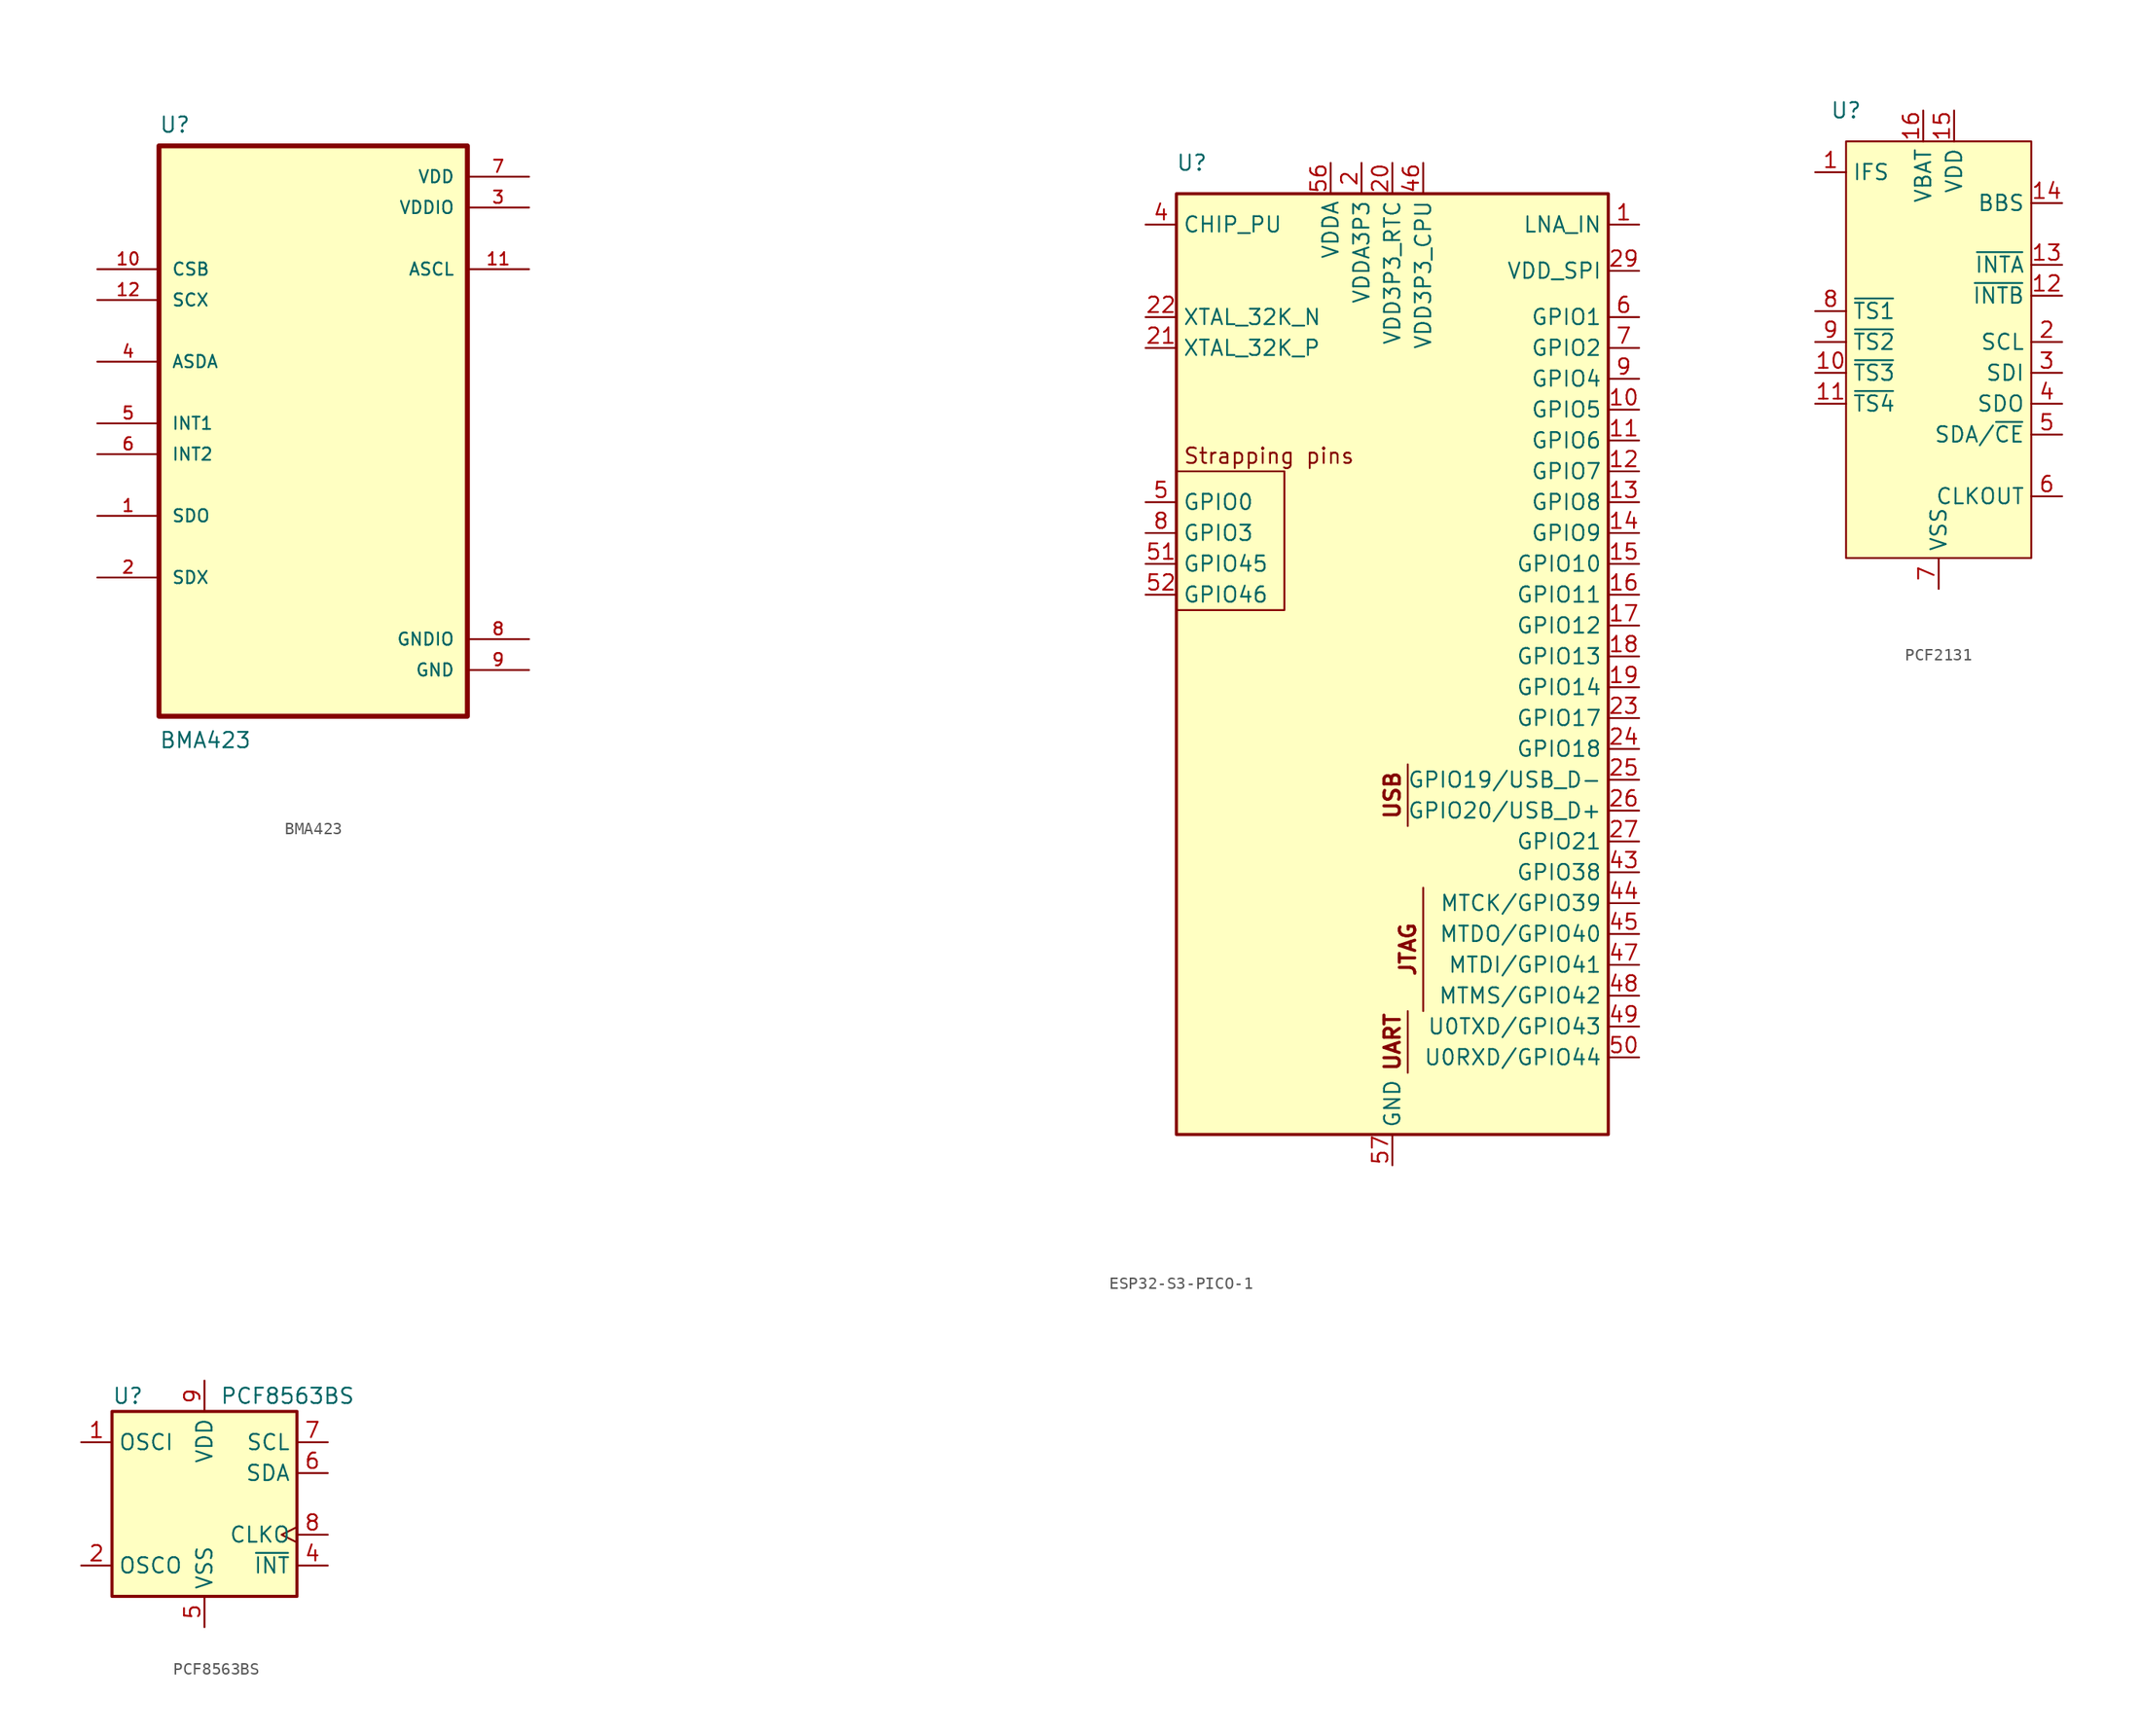
<source format=kicad_sym>
(kicad_symbol_lib
  (version 20220914)
  (generator kicad_symbol_editor)
  (symbol "BMA423"
    (pin_names
      (offset 1.016))
    (property "Reference" "U"
      (at -12.7 23.851 0)
      (effects (font (size 1.27 1.27)) (justify left bottom)))
    (property "Value" "BMA423"
      (at -12.7 -26.848 0)
      (effects (font (size 1.27 1.27)) (justify left bottom)))
    (property "ki_locked" ""
      (at 0 0 0)
      (effects (font (size 1.27 1.27))))
    (symbol "BMA423_0_0"
      (rectangle (start -12.7 22.86) (end 12.7 -24.13) (stroke (width 0.406) (type solid)) (fill (type background)))
      (pin bidirectional line (at -17.78 -7.62 0) (length 5.08) (name "SDO" (effects (font (size 1.016 1.016)))) (number "1" (effects (font (size 1.016 1.016)))))
      (pin input line (at -17.78 12.7 0) (length 5.08) (name "CSB" (effects (font (size 1.016 1.016)))) (number "10" (effects (font (size 1.016 1.016)))))
      (pin output line (at 17.78 12.7 180) (length 5.08) (name "ASCL" (effects (font (size 1.016 1.016)))) (number "11" (effects (font (size 1.016 1.016)))))
      (pin input line (at -17.78 10.16 0) (length 5.08) (name "SCX" (effects (font (size 1.016 1.016)))) (number "12" (effects (font (size 1.016 1.016)))))
      (pin bidirectional line (at -17.78 -12.7 0) (length 5.08) (name "SDX" (effects (font (size 1.016 1.016)))) (number "2" (effects (font (size 1.016 1.016)))))
      (pin power_in line (at 17.78 17.78 180) (length 5.08) (name "VDDIO" (effects (font (size 1.016 1.016)))) (number "3" (effects (font (size 1.016 1.016)))))
      (pin bidirectional line (at -17.78 5.08 0) (length 5.08) (name "ASDA" (effects (font (size 1.016 1.016)))) (number "4" (effects (font (size 1.016 1.016)))))
      (pin bidirectional line (at -17.78 0 0) (length 5.08) (name "INT1" (effects (font (size 1.016 1.016)))) (number "5" (effects (font (size 1.016 1.016)))))
      (pin bidirectional line (at -17.78 -2.54 0) (length 5.08) (name "INT2" (effects (font (size 1.016 1.016)))) (number "6" (effects (font (size 1.016 1.016)))))
      (pin power_in line (at 17.78 20.32 180) (length 5.08) (name "VDD" (effects (font (size 1.016 1.016)))) (number "7" (effects (font (size 1.016 1.016)))))
      (pin power_in line (at 17.78 -17.78 180) (length 5.08) (name "GNDIO" (effects (font (size 1.016 1.016)))) (number "8" (effects (font (size 1.016 1.016)))))
      (pin power_in line (at 17.78 -20.32 180) (length 5.08) (name "GND" (effects (font (size 1.016 1.016)))) (number "9" (effects (font (size 1.016 1.016)))))))
  (symbol "ESP32-S3-PICO-1"
    (property "Reference" "U"
      (at 0 0 0)
      (effects (font (size 1.27 1.27))))
    (property "Value" ""
      (at 0 0 0)
      (effects (font (size 1.27 1.27))))
    (symbol "ESP32-S3-PICO-1_0_1"
      (rectangle (start -1.27 -2.54) (end 34.29 -80.01) (stroke (width 0.254) (type default)) (fill (type background))))
    (symbol "ESP32-S3-PICO-1_1_0"
      (pin bidirectional line (at 36.83 -5.08 180) (length 2.54) (name "LNA_IN" (effects (font (size 1.27 1.27)))) (number "1" (effects (font (size 1.27 1.27)))))
      (pin bidirectional line (at 36.83 -20.32 180) (length 2.54) (name "GPIO5" (effects (font (size 1.27 1.27)))) (number "10" (effects (font (size 1.27 1.27)))))
      (pin bidirectional line (at 36.83 -22.86 180) (length 2.54) (name "GPIO6" (effects (font (size 1.27 1.27)))) (number "11" (effects (font (size 1.27 1.27)))))
      (pin bidirectional line (at 36.83 -25.4 180) (length 2.54) (name "GPIO7" (effects (font (size 1.27 1.27)))) (number "12" (effects (font (size 1.27 1.27)))))
      (pin bidirectional line (at 36.83 -27.94 180) (length 2.54) (name "GPIO8" (effects (font (size 1.27 1.27)))) (number "13" (effects (font (size 1.27 1.27)))))
      (pin bidirectional line (at 36.83 -30.48 180) (length 2.54) (name "GPIO9" (effects (font (size 1.27 1.27)))) (number "14" (effects (font (size 1.27 1.27)))))
      (pin bidirectional line (at 36.83 -33.02 180) (length 2.54) (name "GPIO10" (effects (font (size 1.27 1.27)))) (number "15" (effects (font (size 1.27 1.27)))))
      (pin bidirectional line (at 36.83 -35.56 180) (length 2.54) (name "GPIO11" (effects (font (size 1.27 1.27)))) (number "16" (effects (font (size 1.27 1.27)))))
      (pin bidirectional line (at 36.83 -38.1 180) (length 2.54) (name "GPIO12" (effects (font (size 1.27 1.27)))) (number "17" (effects (font (size 1.27 1.27)))))
      (pin bidirectional line (at 36.83 -40.64 180) (length 2.54) (name "GPIO13" (effects (font (size 1.27 1.27)))) (number "18" (effects (font (size 1.27 1.27)))))
      (pin bidirectional line (at 36.83 -43.18 180) (length 2.54) (name "GPIO14" (effects (font (size 1.27 1.27)))) (number "19" (effects (font (size 1.27 1.27)))))
      (pin power_in line (at 13.97 0 270) (length 2.54) (name "VDDA3P3" (effects (font (size 1.27 1.27)))) (number "2" (effects (font (size 1.27 1.27)))))
      (pin power_in line (at 16.51 0 270) (length 2.54) (name "VDD3P3_RTC" (effects (font (size 1.27 1.27)))) (number "20" (effects (font (size 1.27 1.27)))))
      (pin bidirectional line (at -3.81 -15.24 0) (length 2.54) (name "XTAL_32K_P" (effects (font (size 1.27 1.27)))) (number "21" (effects (font (size 1.27 1.27)))))
      (pin bidirectional line (at -3.81 -12.7 0) (length 2.54) (name "XTAL_32K_N" (effects (font (size 1.27 1.27)))) (number "22" (effects (font (size 1.27 1.27)))))
      (pin bidirectional line (at 36.83 -45.72 180) (length 2.54) (name "GPIO17" (effects (font (size 1.27 1.27)))) (number "23" (effects (font (size 1.27 1.27)))))
      (pin bidirectional line (at 36.83 -48.26 180) (length 2.54) (name "GPIO18" (effects (font (size 1.27 1.27)))) (number "24" (effects (font (size 1.27 1.27)))))
      (pin bidirectional line (at 36.83 -50.8 180) (length 2.54) (name "GPIO19/USB_D-" (effects (font (size 1.27 1.27)))) (number "25" (effects (font (size 1.27 1.27)))))
      (pin bidirectional line (at 36.83 -53.34 180) (length 2.54) (name "GPIO20/USB_D+" (effects (font (size 1.27 1.27)))) (number "26" (effects (font (size 1.27 1.27)))))
      (pin bidirectional line (at 36.83 -55.88 180) (length 2.54) (name "GPIO21" (effects (font (size 1.27 1.27)))) (number "27" (effects (font (size 1.27 1.27)))))
      (pin no_connect line (at 6.985 -80.645 90) (length 2.54) hide (name "SPICS1" (effects (font (size 1.27 1.27)))) (number "28" (effects (font (size 1.27 1.27)))))
      (pin power_out line (at 36.83 -8.89 180) (length 2.54) (name "VDD_SPI" (effects (font (size 1.27 1.27)))) (number "29" (effects (font (size 1.27 1.27)))))
      (pin passive line (at 13.97 0 270) (length 2.54) hide (name "VDDA3P3" (effects (font (size 1.27 1.27)))) (number "3" (effects (font (size 1.27 1.27)))))
      (pin no_connect line (at 2.54 -80.01 90) (length 2.54) hide (name "SPICLK_N" (effects (font (size 1.27 1.27)))) (number "36" (effects (font (size 1.27 1.27)))))
      (pin no_connect line (at 5.08 -80.01 90) (length 2.54) hide (name "SPICLK_P" (effects (font (size 1.27 1.27)))) (number "37" (effects (font (size 1.27 1.27)))))
      (pin no_connect line (at -3.81 -50.8 0) (length 2.54) hide (name "GPIO33" (effects (font (size 1.27 1.27)))) (number "38" (effects (font (size 1.27 1.27)))))
      (pin no_connect line (at -3.81 -53.34 0) (length 2.54) hide (name "GPIO34" (effects (font (size 1.27 1.27)))) (number "39" (effects (font (size 1.27 1.27)))))
      (pin input line (at -3.81 -5.08 0) (length 2.54) (name "CHIP_PU" (effects (font (size 1.27 1.27)))) (number "4" (effects (font (size 1.27 1.27)))))
      (pin no_connect line (at -3.81 -55.88 0) (length 2.54) hide (name "GPIO35" (effects (font (size 1.27 1.27)))) (number "40" (effects (font (size 1.27 1.27)))))
      (pin no_connect line (at -3.81 -58.42 0) (length 2.54) hide (name "GPIO36" (effects (font (size 1.27 1.27)))) (number "41" (effects (font (size 1.27 1.27)))))
      (pin no_connect line (at -3.81 -60.96 0) (length 2.54) hide (name "GPIO37" (effects (font (size 1.27 1.27)))) (number "42" (effects (font (size 1.27 1.27)))))
      (pin bidirectional line (at 36.83 -58.42 180) (length 2.54) (name "GPIO38" (effects (font (size 1.27 1.27)))) (number "43" (effects (font (size 1.27 1.27)))))
      (pin bidirectional line (at 36.83 -60.96 180) (length 2.54) (name "MTCK/GPIO39" (effects (font (size 1.27 1.27)))) (number "44" (effects (font (size 1.27 1.27)))))
      (pin bidirectional line (at 36.83 -63.5 180) (length 2.54) (name "MTDO/GPIO40" (effects (font (size 1.27 1.27)))) (number "45" (effects (font (size 1.27 1.27)))))
      (pin power_in line (at 19.05 0 270) (length 2.54) (name "VDD3P3_CPU" (effects (font (size 1.27 1.27)))) (number "46" (effects (font (size 1.27 1.27)))))
      (pin bidirectional line (at 36.83 -66.04 180) (length 2.54) (name "MTDI/GPIO41" (effects (font (size 1.27 1.27)))) (number "47" (effects (font (size 1.27 1.27)))))
      (pin bidirectional line (at 36.83 -68.58 180) (length 2.54) (name "MTMS/GPIO42" (effects (font (size 1.27 1.27)))) (number "48" (effects (font (size 1.27 1.27)))))
      (pin bidirectional line (at 36.83 -71.12 180) (length 2.54) (name "U0TXD/GPIO43" (effects (font (size 1.27 1.27)))) (number "49" (effects (font (size 1.27 1.27)))))
      (pin bidirectional line (at -3.81 -27.94 0) (length 2.54) (name "GPIO0" (effects (font (size 1.27 1.27)))) (number "5" (effects (font (size 1.27 1.27)))))
      (pin bidirectional line (at 36.83 -73.66 180) (length 2.54) (name "U0RXD/GPIO44" (effects (font (size 1.27 1.27)))) (number "50" (effects (font (size 1.27 1.27)))))
      (pin bidirectional line (at -3.81 -33.02 0) (length 2.54) (name "GPIO45" (effects (font (size 1.27 1.27)))) (number "51" (effects (font (size 1.27 1.27)))))
      (pin bidirectional line (at -3.81 -35.56 0) (length 2.54) (name "GPIO46" (effects (font (size 1.27 1.27)))) (number "52" (effects (font (size 1.27 1.27)))))
      (pin passive line (at 11.43 0 270) (length 2.54) hide (name "VDDA" (effects (font (size 1.27 1.27)))) (number "55" (effects (font (size 1.27 1.27)))))
      (pin power_in line (at 11.43 0 270) (length 2.54) (name "VDDA" (effects (font (size 1.27 1.27)))) (number "56" (effects (font (size 1.27 1.27)))))
      (pin power_in line (at 16.51 -82.55 90) (length 2.54) (name "GND" (effects (font (size 1.27 1.27)))) (number "57" (effects (font (size 1.27 1.27)))))
      (pin bidirectional line (at 36.83 -12.7 180) (length 2.54) (name "GPIO1" (effects (font (size 1.27 1.27)))) (number "6" (effects (font (size 1.27 1.27)))))
      (pin bidirectional line (at 36.83 -15.24 180) (length 2.54) (name "GPIO2" (effects (font (size 1.27 1.27)))) (number "7" (effects (font (size 1.27 1.27)))))
      (pin bidirectional line (at -3.81 -30.48 0) (length 2.54) (name "GPIO3" (effects (font (size 1.27 1.27)))) (number "8" (effects (font (size 1.27 1.27)))))
      (pin bidirectional line (at 36.83 -17.78 180) (length 2.54) (name "GPIO4" (effects (font (size 1.27 1.27)))) (number "9" (effects (font (size 1.27 1.27))))))
    (symbol "ESP32-S3-PICO-1_1_1"
      (polyline (pts (xy 17.78 -74.93) (xy 17.78 -69.85)) (stroke (width 0) (type default)) (fill (type none)))
      (polyline (pts (xy 17.78 -49.53) (xy 17.78 -54.61)) (stroke (width 0) (type default)) (fill (type none)))
      (polyline (pts (xy 19.05 -69.85) (xy 19.05 -59.69)) (stroke (width 0) (type default)) (fill (type none)))
      (polyline (pts (xy -1.27 -25.4) (xy 7.62 -25.4) (xy 7.62 -36.83) (xy -1.27 -36.83)) (stroke (width 0) (type default)) (fill (type none)))
      (text private "GPIO3 may be used with USB-JTAG" (at -21.59 -25.4 0) (effects (font (size 1.27 1.27))))
      (text private "SPI pins\nused N8R8\nmay be used in N8R2" (at -2.54 -45.72 0) (effects (font (size 1.27 1.27)) (justify right)))
      (text "JTAG" (at 17.78 -64.77 900) (effects (font (size 1.27 1.27) bold)))
      (text "Strapping pins" (at 6.35 -24.13 0) (effects (font (size 1.27 1.27))))
      (text "UART" (at 16.51 -72.39 900) (effects (font (size 1.27 1.27) bold)))
      (text "USB" (at 16.51 -52.07 900) (effects (font (size 1.27 1.27) bold)))))
  (symbol "PCF2131"
    (property "Reference" "U"
      (at -7.62 20.32 0)
      (effects (font (size 1.27 1.27))))
    (property "Value" ""
      (at -7.62 20.32 0)
      (effects (font (size 1.27 1.27))))
    (symbol "PCF2131_1_1"
      (rectangle (start -7.62 17.78) (end 7.62 -16.51) (stroke (width 0) (type default)) (fill (type background)))
      (pin input line (at -10.16 15.24 0) (length 2.54) (name "IFS" (effects (font (size 1.27 1.27)))) (number "1" (effects (font (size 1.27 1.27)))))
      (pin input line (at -10.16 -1.27 0) (length 2.54) (name "~{TS3}" (effects (font (size 1.27 1.27)))) (number "10" (effects (font (size 1.27 1.27)))))
      (pin input line (at -10.16 -3.81 0) (length 2.54) (name "~{TS4}" (effects (font (size 1.27 1.27)))) (number "11" (effects (font (size 1.27 1.27)))))
      (pin output line (at 10.16 5.08 180) (length 2.54) (name "~{INTB}" (effects (font (size 1.27 1.27)))) (number "12" (effects (font (size 1.27 1.27)))))
      (pin output line (at 10.16 7.62 180) (length 2.54) (name "~{INTA}" (effects (font (size 1.27 1.27)))) (number "13" (effects (font (size 1.27 1.27)))))
      (pin power_out line (at 10.16 12.7 180) (length 2.54) (name "BBS" (effects (font (size 1.27 1.27)))) (number "14" (effects (font (size 1.27 1.27)))))
      (pin power_in line (at 1.27 20.32 270) (length 2.54) (name "VDD" (effects (font (size 1.27 1.27)))) (number "15" (effects (font (size 1.27 1.27)))))
      (pin power_in line (at -1.27 20.32 270) (length 2.54) (name "VBAT" (effects (font (size 1.27 1.27)))) (number "16" (effects (font (size 1.27 1.27)))))
      (pin input line (at 10.16 1.27 180) (length 2.54) (name "SCL" (effects (font (size 1.27 1.27)))) (number "2" (effects (font (size 1.27 1.27)))))
      (pin input line (at 10.16 -1.27 180) (length 2.54) (name "SDI" (effects (font (size 1.27 1.27)))) (number "3" (effects (font (size 1.27 1.27)))))
      (pin bidirectional line (at 10.16 -3.81 180) (length 2.54) (name "SDO" (effects (font (size 1.27 1.27)))) (number "4" (effects (font (size 1.27 1.27)))))
      (pin input line (at 10.16 -6.35 180) (length 2.54) (name "SDA/~{CE}" (effects (font (size 1.27 1.27)))) (number "5" (effects (font (size 1.27 1.27)))))
      (pin output line (at 10.16 -11.43 180) (length 2.54) (name "CLKOUT" (effects (font (size 1.27 1.27)))) (number "6" (effects (font (size 1.27 1.27)))))
      (pin power_in line (at 0 -19.05 90) (length 2.54) (name "VSS" (effects (font (size 1.27 1.27)))) (number "7" (effects (font (size 1.27 1.27)))))
      (pin input line (at -10.16 3.81 0) (length 2.54) (name "~{TS1}" (effects (font (size 1.27 1.27)))) (number "8" (effects (font (size 1.27 1.27)))))
      (pin input line (at -10.16 1.27 0) (length 2.54) (name "~{TS2}" (effects (font (size 1.27 1.27)))) (number "9" (effects (font (size 1.27 1.27)))))))
  (symbol "PCF8563BS"
    (property "Reference" "U"
      (at -7.62 8.89 0)
      (effects (font (size 1.27 1.27)) (justify left)))
    (property "Value" "PCF8563BS"
      (at 1.27 8.89 0)
      (effects (font (size 1.27 1.27)) (justify left)))
    (symbol "PCF8563BS_0_1"
      (rectangle (start -7.62 7.62) (end 7.62 -7.62) (stroke (width 0.254) (type solid)) (fill (type background))))
    (symbol "PCF8563BS_1_1"
      (pin input line (at -10.16 5.08 0) (length 2.54) (name "OSCI" (effects (font (size 1.27 1.27)))) (number "1" (effects (font (size 1.27 1.27)))))
      (pin no_connect line (at -10.16 0 0) (length 2.54) hide (name "NC" (effects (font (size 1.27 1.27)))) (number "10" (effects (font (size 1.27 1.27)))))
      (pin output line (at -10.16 -5.08 0) (length 2.54) (name "OSCO" (effects (font (size 1.27 1.27)))) (number "2" (effects (font (size 1.27 1.27)))))
      (pin no_connect line (at 10.16 0 180) (length 2.54) hide (name "NC" (effects (font (size 1.27 1.27)))) (number "3" (effects (font (size 1.27 1.27)))))
      (pin output line (at 10.16 -5.08 180) (length 2.54) (name "~{INT}" (effects (font (size 1.27 1.27)))) (number "4" (effects (font (size 1.27 1.27)))))
      (pin power_in line (at 0 -10.16 90) (length 2.54) (name "VSS" (effects (font (size 1.27 1.27)))) (number "5" (effects (font (size 1.27 1.27)))))
      (pin bidirectional line (at 10.16 2.54 180) (length 2.54) (name "SDA" (effects (font (size 1.27 1.27)))) (number "6" (effects (font (size 1.27 1.27)))))
      (pin input line (at 10.16 5.08 180) (length 2.54) (name "SCL" (effects (font (size 1.27 1.27)))) (number "7" (effects (font (size 1.27 1.27)))))
      (pin output clock (at 10.16 -2.54 180) (length 2.54) (name "CLKO" (effects (font (size 1.27 1.27)))) (number "8" (effects (font (size 1.27 1.27)))))
      (pin power_in line (at 0 10.16 270) (length 2.54) (name "VDD" (effects (font (size 1.27 1.27)))) (number "9" (effects (font (size 1.27 1.27))))))))
</source>
